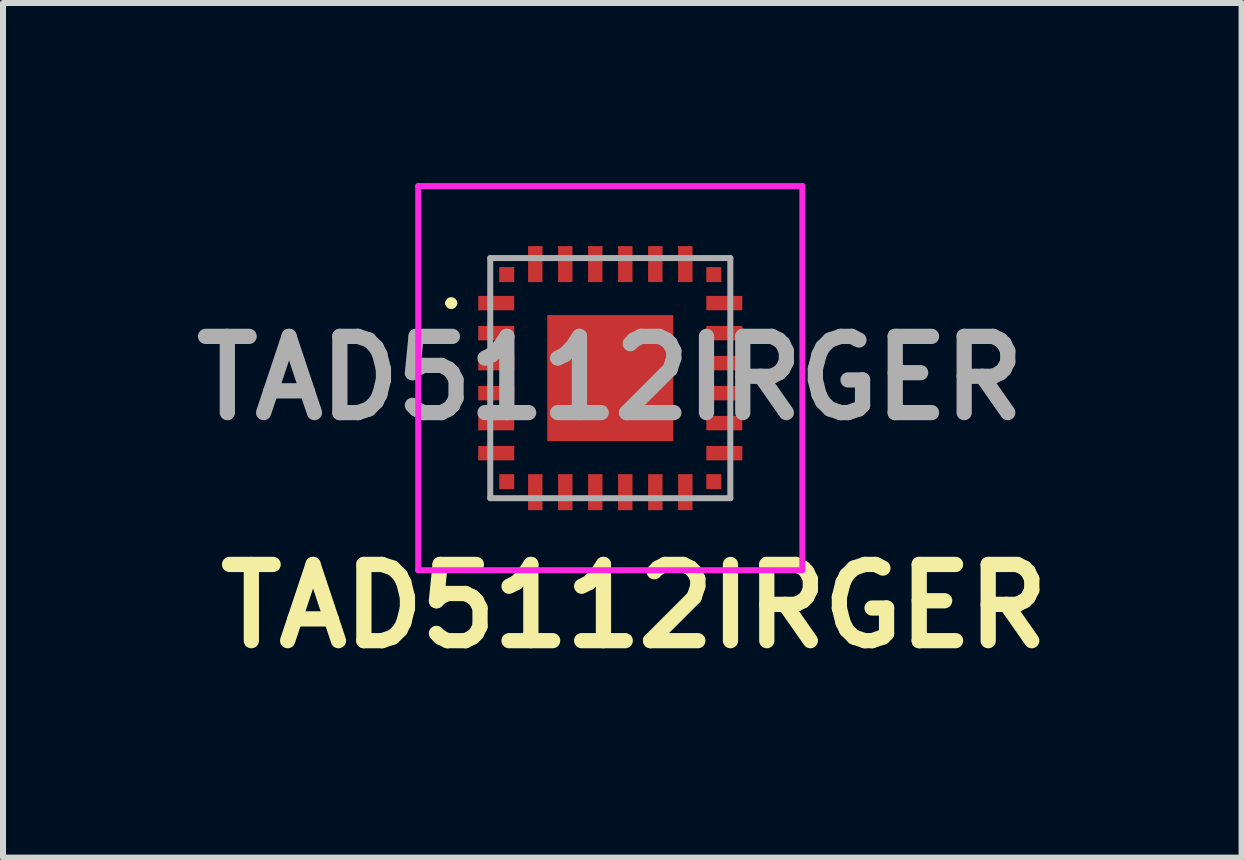
<source format=kicad_pcb>
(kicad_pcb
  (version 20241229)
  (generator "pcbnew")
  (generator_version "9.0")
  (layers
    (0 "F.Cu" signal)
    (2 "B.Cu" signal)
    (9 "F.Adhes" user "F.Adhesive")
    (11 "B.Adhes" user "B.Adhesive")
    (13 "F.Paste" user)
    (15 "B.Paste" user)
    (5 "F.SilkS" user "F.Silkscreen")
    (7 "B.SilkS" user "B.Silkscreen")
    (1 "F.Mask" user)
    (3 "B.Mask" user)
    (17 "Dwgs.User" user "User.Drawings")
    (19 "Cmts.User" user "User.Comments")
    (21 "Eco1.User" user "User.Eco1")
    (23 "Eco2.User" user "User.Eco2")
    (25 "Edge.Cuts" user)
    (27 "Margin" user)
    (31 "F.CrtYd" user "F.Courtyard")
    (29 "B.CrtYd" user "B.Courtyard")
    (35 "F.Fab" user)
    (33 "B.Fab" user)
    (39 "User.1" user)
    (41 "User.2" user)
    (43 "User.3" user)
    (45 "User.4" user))
  (footprint "TAD5112IRGER"
    (layer "F.Cu")
    (at 7.118 3.25)
    (property "Reference" "TAD5112IRGER" (at 0.4 3.8 0) (layer "F.SilkS") (effects (font (size 1.27 1.27) (thickness 0.254))))
    (attr smd)
    (fp_line (start -2.7 -1.25) (end -2.7 -1.25) (stroke (width 0.1) (type solid)) (layer "F.SilkS"))
    (fp_line (start -2.6 -1.25) (end -2.6 -1.25) (stroke (width 0.1) (type solid)) (layer "F.SilkS"))
    (fp_arc (start -2.7 -1.25) (mid -2.65 -1.3) (end -2.6 -1.25) (stroke (width 0.1) (type solid)) (layer "F.SilkS"))
    (fp_arc (start -2.6 -1.25) (mid -2.65 -1.2) (end -2.7 -1.25) (stroke (width 0.1) (type solid)) (layer "F.SilkS"))
    (fp_line (start -3.2 -3.2) (end 3.2 -3.2) (stroke (width 0.1) (type solid)) (layer "F.CrtYd"))
    (fp_line (start -3.2 3.2) (end -3.2 -3.2) (stroke (width 0.1) (type solid)) (layer "F.CrtYd"))
    (fp_line (start 3.2 -3.2) (end 3.2 3.2) (stroke (width 0.1) (type solid)) (layer "F.CrtYd"))
    (fp_line (start 3.2 3.2) (end -3.2 3.2) (stroke (width 0.1) (type solid)) (layer "F.CrtYd"))
    (fp_line (start -2 -2) (end 2 -2) (stroke (width 0.1) (type solid)) (layer "F.Fab"))
    (fp_line (start -2 2) (end -2 -2) (stroke (width 0.1) (type solid)) (layer "F.Fab"))
    (fp_line (start 2 -2) (end 2 2) (stroke (width 0.1) (type solid)) (layer "F.Fab"))
    (fp_line (start 2 2) (end -2 2) (stroke (width 0.1) (type solid)) (layer "F.Fab"))
    (fp_text user "${REFERENCE}" (at 0 0 0) (layer "F.Fab") (effects (font (size 1.27 1.27) (thickness 0.254))))
    (pad "1" smd rect (at -1.9 -1.25 90) (size 0.24 0.6) (layers "F.Cu" "F.Mask" "F.Paste"))
    (pad "2" smd rect (at -1.9 -0.75 90) (size 0.24 0.6) (layers "F.Cu" "F.Mask" "F.Paste"))
    (pad "3" smd rect (at -1.9 -0.25 90) (size 0.24 0.6) (layers "F.Cu" "F.Mask" "F.Paste"))
    (pad "4" smd rect (at -1.9 0.25 90) (size 0.24 0.6) (layers "F.Cu" "F.Mask" "F.Paste"))
    (pad "5" smd rect (at -1.9 0.75 90) (size 0.24 0.6) (layers "F.Cu" "F.Mask" "F.Paste"))
    (pad "6" smd rect (at -1.9 1.25 90) (size 0.24 0.6) (layers "F.Cu" "F.Mask" "F.Paste"))
    (pad "7" smd rect (at -1.25 1.9) (size 0.24 0.6) (layers "F.Cu" "F.Mask" "F.Paste"))
    (pad "8" smd rect (at -0.75 1.9) (size 0.24 0.6) (layers "F.Cu" "F.Mask" "F.Paste"))
    (pad "9" smd rect (at -0.25 1.9) (size 0.24 0.6) (layers "F.Cu" "F.Mask" "F.Paste"))
    (pad "10" smd rect (at 0.25 1.9) (size 0.24 0.6) (layers "F.Cu" "F.Mask" "F.Paste"))
    (pad "11" smd rect (at 0.75 1.9) (size 0.24 0.6) (layers "F.Cu" "F.Mask" "F.Paste"))
    (pad "12" smd rect (at 1.25 1.9) (size 0.24 0.6) (layers "F.Cu" "F.Mask" "F.Paste"))
    (pad "13" smd rect (at 1.9 1.25 90) (size 0.24 0.6) (layers "F.Cu" "F.Mask" "F.Paste"))
    (pad "14" smd rect (at 1.9 0.75 90) (size 0.24 0.6) (layers "F.Cu" "F.Mask" "F.Paste"))
    (pad "15" smd rect (at 1.9 0.25 90) (size 0.24 0.6) (layers "F.Cu" "F.Mask" "F.Paste"))
    (pad "16" smd rect (at 1.9 -0.25 90) (size 0.24 0.6) (layers "F.Cu" "F.Mask" "F.Paste"))
    (pad "17" smd rect (at 1.9 -0.75 90) (size 0.24 0.6) (layers "F.Cu" "F.Mask" "F.Paste"))
    (pad "18" smd rect (at 1.9 -1.25 90) (size 0.24 0.6) (layers "F.Cu" "F.Mask" "F.Paste"))
    (pad "19" smd rect (at 1.25 -1.9) (size 0.24 0.6) (layers "F.Cu" "F.Mask" "F.Paste"))
    (pad "20" smd rect (at 0.75 -1.9) (size 0.24 0.6) (layers "F.Cu" "F.Mask" "F.Paste"))
    (pad "21" smd rect (at 0.25 -1.9) (size 0.24 0.6) (layers "F.Cu" "F.Mask" "F.Paste"))
    (pad "22" smd rect (at -0.25 -1.9) (size 0.24 0.6) (layers "F.Cu" "F.Mask" "F.Paste"))
    (pad "23" smd rect (at -0.75 -1.9) (size 0.24 0.6) (layers "F.Cu" "F.Mask" "F.Paste"))
    (pad "24" smd rect (at -1.25 -1.9) (size 0.24 0.6) (layers "F.Cu" "F.Mask" "F.Paste"))
    (pad "25" smd rect (at 0 0) (size 2.1 2.1) (layers "F.Cu" "F.Mask" "F.Paste"))
    (pad "26" smd rect (at -1.725 -1.725) (size 0.25 0.25) (layers "F.Cu" "F.Mask" "F.Paste"))
    (pad "27" smd rect (at -1.725 1.725) (size 0.25 0.25) (layers "F.Cu" "F.Mask" "F.Paste"))
    (pad "28" smd rect (at 1.725 1.725) (size 0.25 0.25) (layers "F.Cu" "F.Mask" "F.Paste"))
    (pad "29" smd rect (at 1.725 -1.725) (size 0.25 0.25) (layers "F.Cu" "F.Mask" "F.Paste")))
  (gr_rect
    (start -3 -3)
    (end 17.636 11.239)
    (stroke (width 0.1) (type default))
    (fill no)
    (layer "Edge.Cuts")))
</source>
